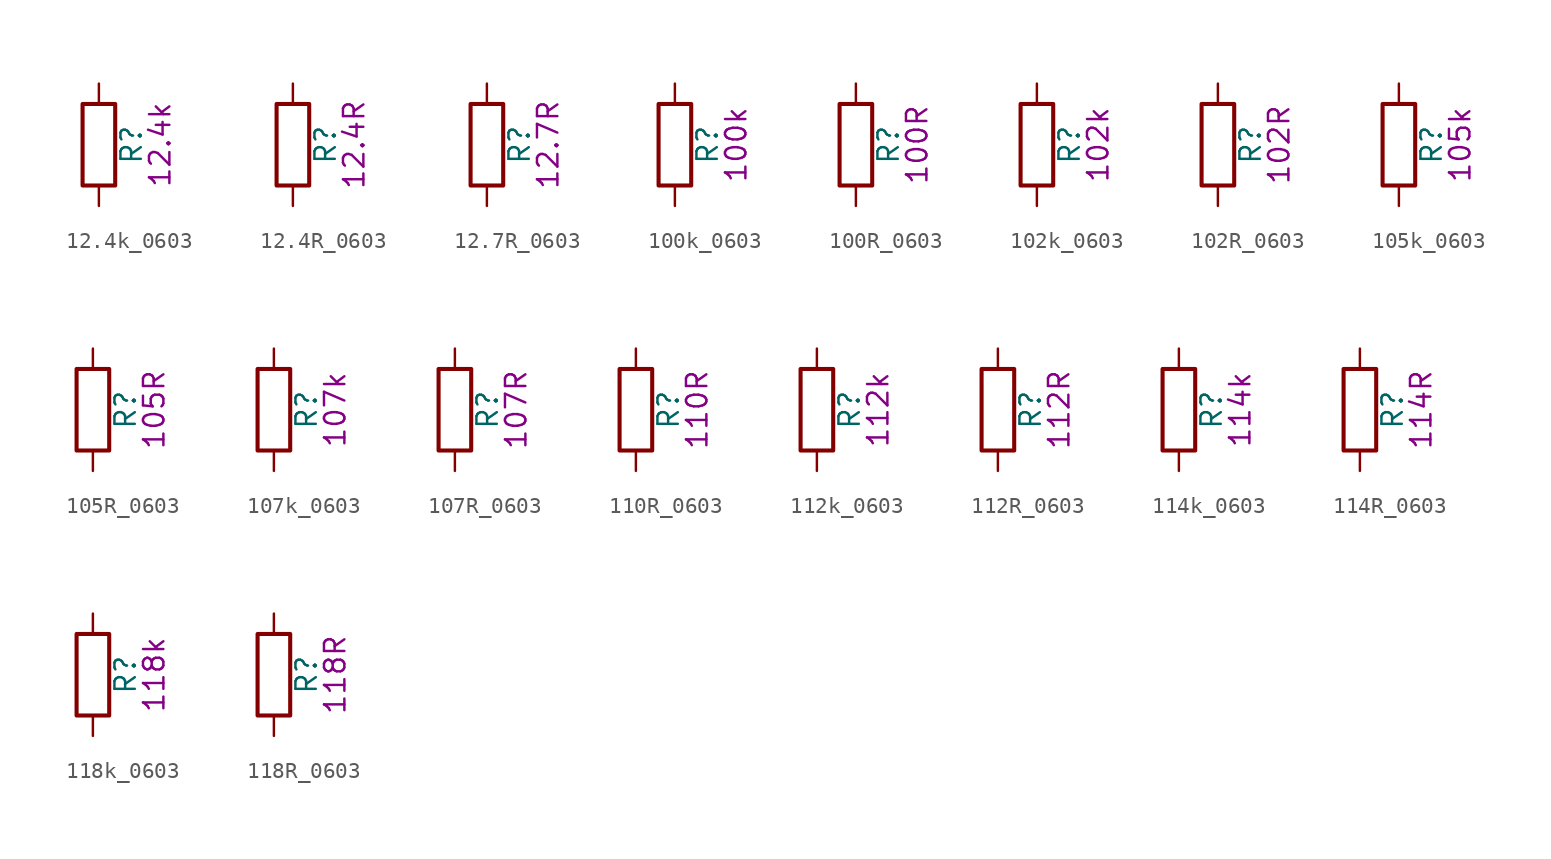
<source format=kicad_sym>
(kicad_symbol_lib
  (version 20211014)
  (generator kicad_symbol_editor)
  (symbol "12.4k_0603"
    (pin_numbers hide)
    (pin_names
      (offset 0))
    (property "Reference" "R"
      (at 2.032 0 90)
      (effects (font (size 1.27 1.27))))
    (property "Display" "12.4k"
      (at 3.81 0 90)
      (effects (font (size 1.27 1.27))))
    (symbol "12.4k_0603_0_1"
      (rectangle (start -1.016 -2.54) (end 1.016 2.54) (stroke (width 0.254) (type default) (color 0 0 0 0)) (fill (type none))))
    (symbol "12.4k_0603_1_1"
      (pin passive line (at 0 3.81 270) (length 1.27) (name "~" (effects (font (size 1.27 1.27)))) (number "1" (effects (font (size 1.27 1.27)))))
      (pin passive line (at 0 -3.81 90) (length 1.27) (name "~" (effects (font (size 1.27 1.27)))) (number "2" (effects (font (size 1.27 1.27)))))))
  (symbol "12.4R_0603"
    (pin_numbers hide)
    (pin_names
      (offset 0))
    (property "Reference" "R"
      (at 2.032 0 90)
      (effects (font (size 1.27 1.27))))
    (property "Display" "12.4R"
      (at 3.81 0 90)
      (effects (font (size 1.27 1.27))))
    (symbol "12.4R_0603_0_1"
      (rectangle (start -1.016 -2.54) (end 1.016 2.54) (stroke (width 0.254) (type default) (color 0 0 0 0)) (fill (type none))))
    (symbol "12.4R_0603_1_1"
      (pin passive line (at 0 3.81 270) (length 1.27) (name "~" (effects (font (size 1.27 1.27)))) (number "1" (effects (font (size 1.27 1.27)))))
      (pin passive line (at 0 -3.81 90) (length 1.27) (name "~" (effects (font (size 1.27 1.27)))) (number "2" (effects (font (size 1.27 1.27)))))))
  (symbol "12.7R_0603"
    (pin_numbers hide)
    (pin_names
      (offset 0))
    (property "Reference" "R"
      (at 2.032 0 90)
      (effects (font (size 1.27 1.27))))
    (property "Display" "12.7R"
      (at 3.81 0 90)
      (effects (font (size 1.27 1.27))))
    (symbol "12.7R_0603_0_1"
      (rectangle (start -1.016 -2.54) (end 1.016 2.54) (stroke (width 0.254) (type default) (color 0 0 0 0)) (fill (type none))))
    (symbol "12.7R_0603_1_1"
      (pin passive line (at 0 3.81 270) (length 1.27) (name "~" (effects (font (size 1.27 1.27)))) (number "1" (effects (font (size 1.27 1.27)))))
      (pin passive line (at 0 -3.81 90) (length 1.27) (name "~" (effects (font (size 1.27 1.27)))) (number "2" (effects (font (size 1.27 1.27)))))))
  (symbol "100k_0603"
    (pin_numbers hide)
    (pin_names
      (offset 0))
    (property "Reference" "R"
      (at 2.032 0 90)
      (effects (font (size 1.27 1.27))))
    (property "Display" "100k"
      (at 3.81 0 90)
      (effects (font (size 1.27 1.27))))
    (symbol "100k_0603_0_1"
      (rectangle (start -1.016 -2.54) (end 1.016 2.54) (stroke (width 0.254) (type default) (color 0 0 0 0)) (fill (type none))))
    (symbol "100k_0603_1_1"
      (pin passive line (at 0 3.81 270) (length 1.27) (name "~" (effects (font (size 1.27 1.27)))) (number "1" (effects (font (size 1.27 1.27)))))
      (pin passive line (at 0 -3.81 90) (length 1.27) (name "~" (effects (font (size 1.27 1.27)))) (number "2" (effects (font (size 1.27 1.27)))))))
  (symbol "100R_0603"
    (pin_numbers hide)
    (pin_names
      (offset 0))
    (property "Reference" "R"
      (at 2.032 0 90)
      (effects (font (size 1.27 1.27))))
    (property "Display" "100R"
      (at 3.81 0 90)
      (effects (font (size 1.27 1.27))))
    (symbol "100R_0603_0_1"
      (rectangle (start -1.016 -2.54) (end 1.016 2.54) (stroke (width 0.254) (type default) (color 0 0 0 0)) (fill (type none))))
    (symbol "100R_0603_1_1"
      (pin passive line (at 0 3.81 270) (length 1.27) (name "~" (effects (font (size 1.27 1.27)))) (number "1" (effects (font (size 1.27 1.27)))))
      (pin passive line (at 0 -3.81 90) (length 1.27) (name "~" (effects (font (size 1.27 1.27)))) (number "2" (effects (font (size 1.27 1.27)))))))
  (symbol "102k_0603"
    (pin_numbers hide)
    (pin_names
      (offset 0))
    (property "Reference" "R"
      (at 2.032 0 90)
      (effects (font (size 1.27 1.27))))
    (property "Display" "102k"
      (at 3.81 0 90)
      (effects (font (size 1.27 1.27))))
    (symbol "102k_0603_0_1"
      (rectangle (start -1.016 -2.54) (end 1.016 2.54) (stroke (width 0.254) (type default) (color 0 0 0 0)) (fill (type none))))
    (symbol "102k_0603_1_1"
      (pin passive line (at 0 3.81 270) (length 1.27) (name "~" (effects (font (size 1.27 1.27)))) (number "1" (effects (font (size 1.27 1.27)))))
      (pin passive line (at 0 -3.81 90) (length 1.27) (name "~" (effects (font (size 1.27 1.27)))) (number "2" (effects (font (size 1.27 1.27)))))))
  (symbol "102R_0603"
    (pin_numbers hide)
    (pin_names
      (offset 0))
    (property "Reference" "R"
      (at 2.032 0 90)
      (effects (font (size 1.27 1.27))))
    (property "Display" "102R"
      (at 3.81 0 90)
      (effects (font (size 1.27 1.27))))
    (symbol "102R_0603_0_1"
      (rectangle (start -1.016 -2.54) (end 1.016 2.54) (stroke (width 0.254) (type default) (color 0 0 0 0)) (fill (type none))))
    (symbol "102R_0603_1_1"
      (pin passive line (at 0 3.81 270) (length 1.27) (name "~" (effects (font (size 1.27 1.27)))) (number "1" (effects (font (size 1.27 1.27)))))
      (pin passive line (at 0 -3.81 90) (length 1.27) (name "~" (effects (font (size 1.27 1.27)))) (number "2" (effects (font (size 1.27 1.27)))))))
  (symbol "105k_0603"
    (pin_numbers hide)
    (pin_names
      (offset 0))
    (property "Reference" "R"
      (at 2.032 0 90)
      (effects (font (size 1.27 1.27))))
    (property "Display" "105k"
      (at 3.81 0 90)
      (effects (font (size 1.27 1.27))))
    (symbol "105k_0603_0_1"
      (rectangle (start -1.016 -2.54) (end 1.016 2.54) (stroke (width 0.254) (type default) (color 0 0 0 0)) (fill (type none))))
    (symbol "105k_0603_1_1"
      (pin passive line (at 0 3.81 270) (length 1.27) (name "~" (effects (font (size 1.27 1.27)))) (number "1" (effects (font (size 1.27 1.27)))))
      (pin passive line (at 0 -3.81 90) (length 1.27) (name "~" (effects (font (size 1.27 1.27)))) (number "2" (effects (font (size 1.27 1.27)))))))
  (symbol "105R_0603"
    (pin_numbers hide)
    (pin_names
      (offset 0))
    (property "Reference" "R"
      (at 2.032 0 90)
      (effects (font (size 1.27 1.27))))
    (property "Display" "105R"
      (at 3.81 0 90)
      (effects (font (size 1.27 1.27))))
    (symbol "105R_0603_0_1"
      (rectangle (start -1.016 -2.54) (end 1.016 2.54) (stroke (width 0.254) (type default) (color 0 0 0 0)) (fill (type none))))
    (symbol "105R_0603_1_1"
      (pin passive line (at 0 3.81 270) (length 1.27) (name "~" (effects (font (size 1.27 1.27)))) (number "1" (effects (font (size 1.27 1.27)))))
      (pin passive line (at 0 -3.81 90) (length 1.27) (name "~" (effects (font (size 1.27 1.27)))) (number "2" (effects (font (size 1.27 1.27)))))))
  (symbol "107k_0603"
    (pin_numbers hide)
    (pin_names
      (offset 0))
    (property "Reference" "R"
      (at 2.032 0 90)
      (effects (font (size 1.27 1.27))))
    (property "Display" "107k"
      (at 3.81 0 90)
      (effects (font (size 1.27 1.27))))
    (symbol "107k_0603_0_1"
      (rectangle (start -1.016 -2.54) (end 1.016 2.54) (stroke (width 0.254) (type default) (color 0 0 0 0)) (fill (type none))))
    (symbol "107k_0603_1_1"
      (pin passive line (at 0 3.81 270) (length 1.27) (name "~" (effects (font (size 1.27 1.27)))) (number "1" (effects (font (size 1.27 1.27)))))
      (pin passive line (at 0 -3.81 90) (length 1.27) (name "~" (effects (font (size 1.27 1.27)))) (number "2" (effects (font (size 1.27 1.27)))))))
  (symbol "107R_0603"
    (pin_numbers hide)
    (pin_names
      (offset 0))
    (property "Reference" "R"
      (at 2.032 0 90)
      (effects (font (size 1.27 1.27))))
    (property "Display" "107R"
      (at 3.81 0 90)
      (effects (font (size 1.27 1.27))))
    (symbol "107R_0603_0_1"
      (rectangle (start -1.016 -2.54) (end 1.016 2.54) (stroke (width 0.254) (type default) (color 0 0 0 0)) (fill (type none))))
    (symbol "107R_0603_1_1"
      (pin passive line (at 0 3.81 270) (length 1.27) (name "~" (effects (font (size 1.27 1.27)))) (number "1" (effects (font (size 1.27 1.27)))))
      (pin passive line (at 0 -3.81 90) (length 1.27) (name "~" (effects (font (size 1.27 1.27)))) (number "2" (effects (font (size 1.27 1.27)))))))
  (symbol "110R_0603"
    (pin_numbers hide)
    (pin_names
      (offset 0))
    (property "Reference" "R"
      (at 2.032 0 90)
      (effects (font (size 1.27 1.27))))
    (property "Display" "110R"
      (at 3.81 0 90)
      (effects (font (size 1.27 1.27))))
    (symbol "110R_0603_0_1"
      (rectangle (start -1.016 -2.54) (end 1.016 2.54) (stroke (width 0.254) (type default) (color 0 0 0 0)) (fill (type none))))
    (symbol "110R_0603_1_1"
      (pin passive line (at 0 3.81 270) (length 1.27) (name "~" (effects (font (size 1.27 1.27)))) (number "1" (effects (font (size 1.27 1.27)))))
      (pin passive line (at 0 -3.81 90) (length 1.27) (name "~" (effects (font (size 1.27 1.27)))) (number "2" (effects (font (size 1.27 1.27)))))))
  (symbol "112k_0603"
    (pin_numbers hide)
    (pin_names
      (offset 0))
    (property "Reference" "R"
      (at 2.032 0 90)
      (effects (font (size 1.27 1.27))))
    (property "Display" "112k"
      (at 3.81 0 90)
      (effects (font (size 1.27 1.27))))
    (symbol "112k_0603_0_1"
      (rectangle (start -1.016 -2.54) (end 1.016 2.54) (stroke (width 0.254) (type default) (color 0 0 0 0)) (fill (type none))))
    (symbol "112k_0603_1_1"
      (pin passive line (at 0 3.81 270) (length 1.27) (name "~" (effects (font (size 1.27 1.27)))) (number "1" (effects (font (size 1.27 1.27)))))
      (pin passive line (at 0 -3.81 90) (length 1.27) (name "~" (effects (font (size 1.27 1.27)))) (number "2" (effects (font (size 1.27 1.27)))))))
  (symbol "112R_0603"
    (pin_numbers hide)
    (pin_names
      (offset 0))
    (property "Reference" "R"
      (at 2.032 0 90)
      (effects (font (size 1.27 1.27))))
    (property "Display" "112R"
      (at 3.81 0 90)
      (effects (font (size 1.27 1.27))))
    (symbol "112R_0603_0_1"
      (rectangle (start -1.016 -2.54) (end 1.016 2.54) (stroke (width 0.254) (type default) (color 0 0 0 0)) (fill (type none))))
    (symbol "112R_0603_1_1"
      (pin passive line (at 0 3.81 270) (length 1.27) (name "~" (effects (font (size 1.27 1.27)))) (number "1" (effects (font (size 1.27 1.27)))))
      (pin passive line (at 0 -3.81 90) (length 1.27) (name "~" (effects (font (size 1.27 1.27)))) (number "2" (effects (font (size 1.27 1.27)))))))
  (symbol "114k_0603"
    (pin_numbers hide)
    (pin_names
      (offset 0))
    (property "Reference" "R"
      (at 2.032 0 90)
      (effects (font (size 1.27 1.27))))
    (property "Display" "114k"
      (at 3.81 0 90)
      (effects (font (size 1.27 1.27))))
    (symbol "114k_0603_0_1"
      (rectangle (start -1.016 -2.54) (end 1.016 2.54) (stroke (width 0.254) (type default) (color 0 0 0 0)) (fill (type none))))
    (symbol "114k_0603_1_1"
      (pin passive line (at 0 3.81 270) (length 1.27) (name "~" (effects (font (size 1.27 1.27)))) (number "1" (effects (font (size 1.27 1.27)))))
      (pin passive line (at 0 -3.81 90) (length 1.27) (name "~" (effects (font (size 1.27 1.27)))) (number "2" (effects (font (size 1.27 1.27)))))))
  (symbol "114R_0603"
    (pin_numbers hide)
    (pin_names
      (offset 0))
    (property "Reference" "R"
      (at 2.032 0 90)
      (effects (font (size 1.27 1.27))))
    (property "Display" "114R"
      (at 3.81 0 90)
      (effects (font (size 1.27 1.27))))
    (symbol "114R_0603_0_1"
      (rectangle (start -1.016 -2.54) (end 1.016 2.54) (stroke (width 0.254) (type default) (color 0 0 0 0)) (fill (type none))))
    (symbol "114R_0603_1_1"
      (pin passive line (at 0 3.81 270) (length 1.27) (name "~" (effects (font (size 1.27 1.27)))) (number "1" (effects (font (size 1.27 1.27)))))
      (pin passive line (at 0 -3.81 90) (length 1.27) (name "~" (effects (font (size 1.27 1.27)))) (number "2" (effects (font (size 1.27 1.27)))))))
  (symbol "118k_0603"
    (pin_numbers hide)
    (pin_names
      (offset 0))
    (property "Reference" "R"
      (at 2.032 0 90)
      (effects (font (size 1.27 1.27))))
    (property "Display" "118k"
      (at 3.81 0 90)
      (effects (font (size 1.27 1.27))))
    (symbol "118k_0603_0_1"
      (rectangle (start -1.016 -2.54) (end 1.016 2.54) (stroke (width 0.254) (type default) (color 0 0 0 0)) (fill (type none))))
    (symbol "118k_0603_1_1"
      (pin passive line (at 0 3.81 270) (length 1.27) (name "~" (effects (font (size 1.27 1.27)))) (number "1" (effects (font (size 1.27 1.27)))))
      (pin passive line (at 0 -3.81 90) (length 1.27) (name "~" (effects (font (size 1.27 1.27)))) (number "2" (effects (font (size 1.27 1.27)))))))
  (symbol "118R_0603"
    (pin_numbers hide)
    (pin_names
      (offset 0))
    (property "Reference" "R"
      (at 2.032 0 90)
      (effects (font (size 1.27 1.27))))
    (property "Display" "118R"
      (at 3.81 0 90)
      (effects (font (size 1.27 1.27))))
    (symbol "118R_0603_0_1"
      (rectangle (start -1.016 -2.54) (end 1.016 2.54) (stroke (width 0.254) (type default) (color 0 0 0 0)) (fill (type none))))
    (symbol "118R_0603_1_1"
      (pin passive line (at 0 3.81 270) (length 1.27) (name "~" (effects (font (size 1.27 1.27)))) (number "1" (effects (font (size 1.27 1.27)))))
      (pin passive line (at 0 -3.81 90) (length 1.27) (name "~" (effects (font (size 1.27 1.27)))) (number "2" (effects (font (size 1.27 1.27))))))))
</source>
